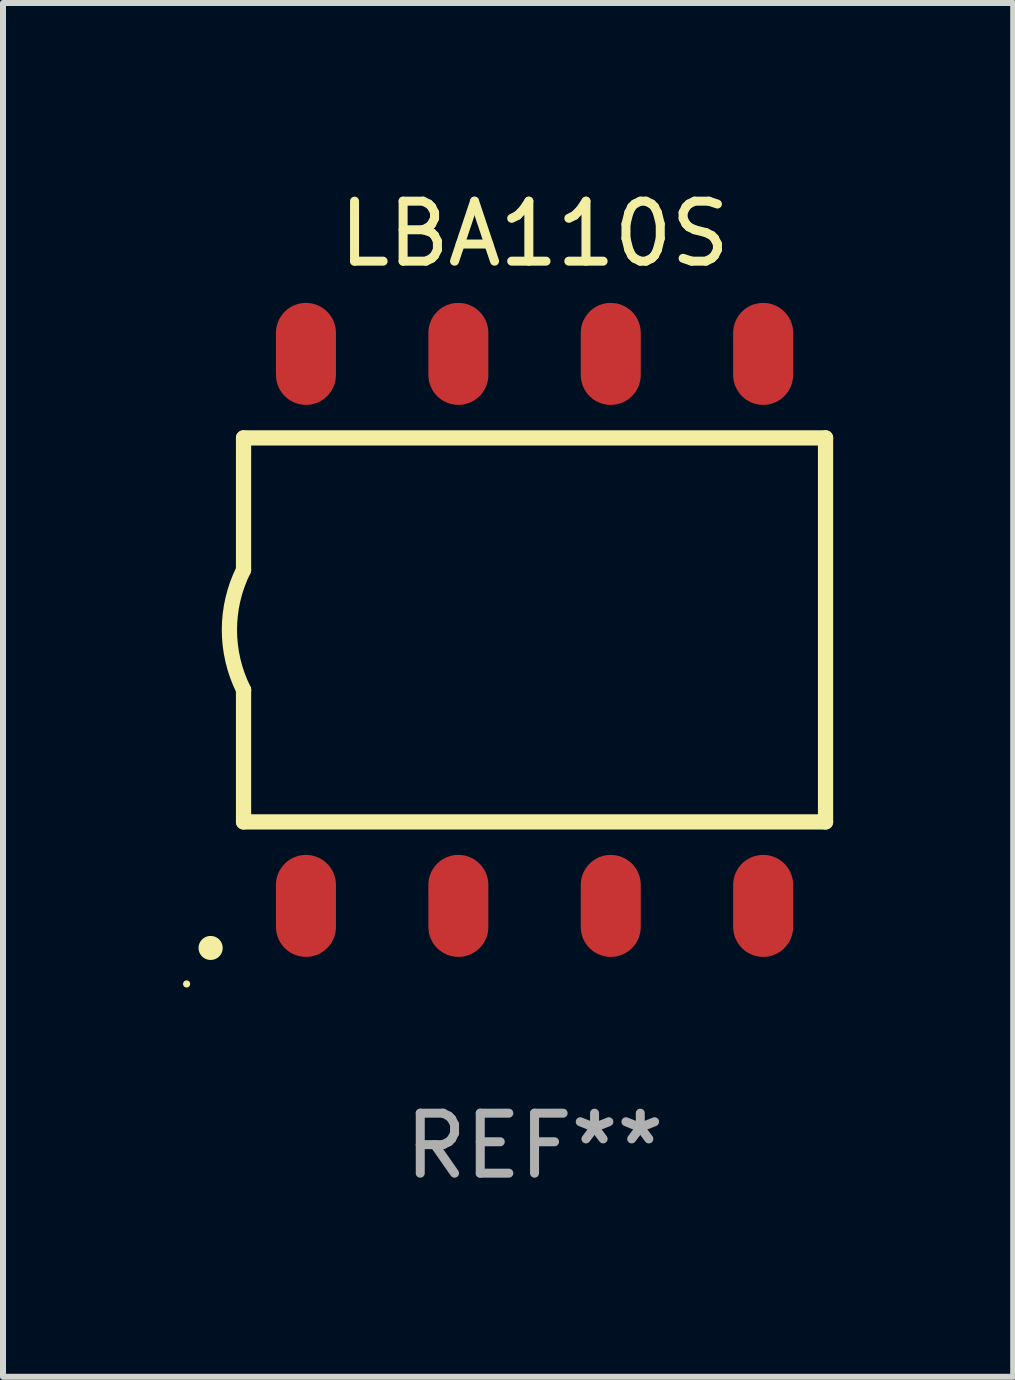
<source format=kicad_pcb>
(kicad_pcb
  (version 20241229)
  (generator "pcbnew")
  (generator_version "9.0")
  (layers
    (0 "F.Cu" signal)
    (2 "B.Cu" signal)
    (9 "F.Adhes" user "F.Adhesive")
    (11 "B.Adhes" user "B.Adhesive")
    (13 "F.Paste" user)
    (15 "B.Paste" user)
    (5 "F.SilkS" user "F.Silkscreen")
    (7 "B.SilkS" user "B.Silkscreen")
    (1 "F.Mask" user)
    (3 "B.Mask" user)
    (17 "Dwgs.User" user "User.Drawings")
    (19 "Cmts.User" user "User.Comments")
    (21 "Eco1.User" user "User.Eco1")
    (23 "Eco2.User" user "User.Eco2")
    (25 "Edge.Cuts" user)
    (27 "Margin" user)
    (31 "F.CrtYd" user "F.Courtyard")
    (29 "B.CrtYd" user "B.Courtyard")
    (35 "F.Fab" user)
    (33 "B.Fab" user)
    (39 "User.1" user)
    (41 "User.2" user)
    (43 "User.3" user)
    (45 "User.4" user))
  (footprint "LBA110S"
    (layer "F.Cu")
    (at 5.859 7.448)
    (property "Reference" "LBA110S" (at 0 -6.6 0) (layer "F.SilkS") (effects (font (size 1 1) (thickness 0.15))))
    (attr through_hole)
    (fp_line (start -4.85 -3.2) (end -4.85 -1) (stroke (width 0.254) (type solid)) (layer "F.SilkS"))
    (fp_line (start -4.85 -3.2) (end 4.85 -3.2) (stroke (width 0.254) (type solid)) (layer "F.SilkS"))
    (fp_line (start -4.85 3.2) (end -4.85 1) (stroke (width 0.254) (type solid)) (layer "F.SilkS"))
    (fp_line (start 4.85 -3.2) (end 4.85 3.2) (stroke (width 0.254) (type solid)) (layer "F.SilkS"))
    (fp_line (start 4.85 3.2) (end -4.85 3.2) (stroke (width 0.254) (type solid)) (layer "F.SilkS"))
    (fp_arc (start -5.400051 5.300991) (mid -5.398781 5.300987) (end -5.397511 5.300991) (stroke (width 0.4) (type solid)) (layer "F.SilkS"))
    (fp_arc (start -4.84887 1.000762) (mid -5.085418 0.000516) (end -4.850013 -1) (stroke (width 0.254001) (type solid)) (layer "F.SilkS"))
    (fp_circle (center -5.799 5.901) (end -5.769 5.901) (stroke (width 0.06) (type solid)) (fill no) (layer "F.SilkS"))
    (fp_text user "REF**" (at 0 8.6 0) (layer "F.Fab") (effects (font (size 1 1) (thickness 0.15))))
    (pad "1" smd oval (at -3.81 4.6) (size 1 1.7) (layers "F.Cu" "F.Mask" "F.Paste"))
    (pad "2" smd oval (at -1.27 4.6) (size 1 1.7) (layers "F.Cu" "F.Mask" "F.Paste"))
    (pad "3" smd oval (at 1.27 4.6) (size 1 1.7) (layers "F.Cu" "F.Mask" "F.Paste"))
    (pad "4" smd oval (at 3.81 4.6) (size 1 1.7) (layers "F.Cu" "F.Mask" "F.Paste"))
    (pad "5" smd oval (at 3.81 -4.6 180) (size 1 1.7) (layers "F.Cu" "F.Mask" "F.Paste"))
    (pad "6" smd oval (at 1.27 -4.6 180) (size 1 1.7) (layers "F.Cu" "F.Mask" "F.Paste"))
    (pad "7" smd oval (at -1.27 -4.6 180) (size 1 1.7) (layers "F.Cu" "F.Mask" "F.Paste"))
    (pad "8" smd oval (at -3.81 -4.6 180) (size 1 1.7) (layers "F.Cu" "F.Mask" "F.Paste")))
  (gr_rect
    (start -3 -3)
    (end 13.836 19.896)
    (stroke (width 0.1) (type default))
    (fill no)
    (layer "Edge.Cuts")))
</source>
